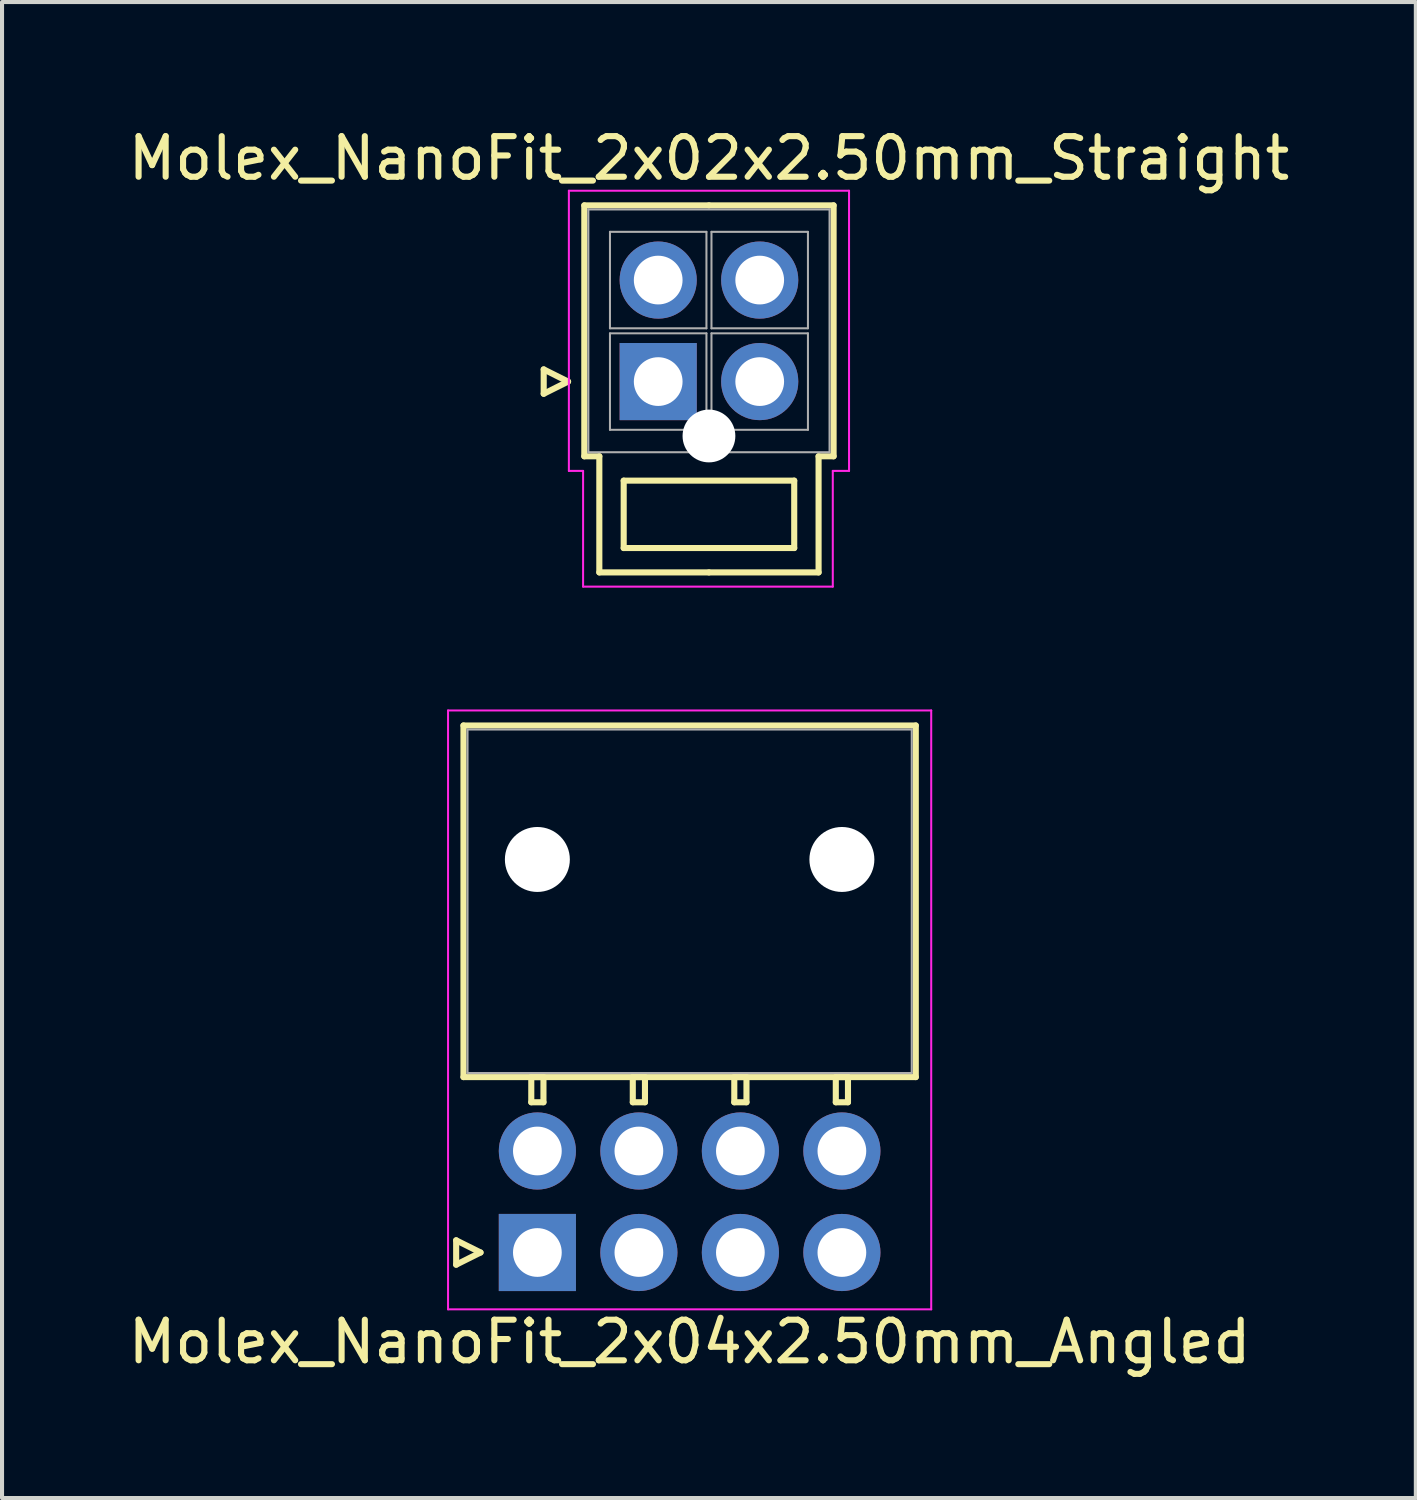
<source format=kicad_pcb>
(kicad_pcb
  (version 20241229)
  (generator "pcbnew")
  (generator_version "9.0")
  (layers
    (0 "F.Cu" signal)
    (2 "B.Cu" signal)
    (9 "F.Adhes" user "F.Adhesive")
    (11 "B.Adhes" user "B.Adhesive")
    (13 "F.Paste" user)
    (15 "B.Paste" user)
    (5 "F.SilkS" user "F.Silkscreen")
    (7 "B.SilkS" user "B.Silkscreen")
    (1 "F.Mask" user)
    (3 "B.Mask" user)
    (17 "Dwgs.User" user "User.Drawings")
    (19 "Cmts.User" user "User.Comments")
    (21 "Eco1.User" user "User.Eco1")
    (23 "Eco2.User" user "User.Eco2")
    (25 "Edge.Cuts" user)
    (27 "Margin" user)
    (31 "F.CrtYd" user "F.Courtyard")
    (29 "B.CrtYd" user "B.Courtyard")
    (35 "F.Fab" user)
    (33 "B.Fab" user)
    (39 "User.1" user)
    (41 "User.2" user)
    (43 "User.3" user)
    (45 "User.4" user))
  (footprint "Molex_NanoFit_2x02x2.50mm_Straight"
    (layer "F.Cu")
    (at 13.161 6.348)
    (property "Reference" "Molex_NanoFit_2x02x2.50mm_Straight" (at 1.25 -5.5 0) (layer "F.SilkS") (effects (font (size 1 1) (thickness 0.15))))
    (attr through_hole)
    (fp_line (start -2.82 -0.3) (end -2.22 0) (stroke (width 0.15) (type solid)) (layer "F.SilkS"))
    (fp_line (start -2.82 0.3) (end -2.82 -0.3) (stroke (width 0.15) (type solid)) (layer "F.SilkS"))
    (fp_line (start -2.22 0) (end -2.82 0.3) (stroke (width 0.15) (type solid)) (layer "F.SilkS"))
    (fp_line (start -1.82 -4.34) (end -1.82 1.84) (stroke (width 0.15) (type solid)) (layer "F.SilkS"))
    (fp_line (start -1.82 1.84) (end -1.45 1.84) (stroke (width 0.15) (type solid)) (layer "F.SilkS"))
    (fp_line (start -1.45 1.84) (end -1.45 4.7) (stroke (width 0.15) (type solid)) (layer "F.SilkS"))
    (fp_line (start -1.45 4.7) (end 1.25 4.7) (stroke (width 0.15) (type solid)) (layer "F.SilkS"))
    (fp_line (start -0.85 2.44) (end -0.85 4.1) (stroke (width 0.15) (type solid)) (layer "F.SilkS"))
    (fp_line (start -0.85 4.1) (end 3.35 4.1) (stroke (width 0.15) (type solid)) (layer "F.SilkS"))
    (fp_line (start 1.25 -4.34) (end -1.82 -4.34) (stroke (width 0.15) (type solid)) (layer "F.SilkS"))
    (fp_line (start 1.25 -4.34) (end 4.32 -4.34) (stroke (width 0.15) (type solid)) (layer "F.SilkS"))
    (fp_line (start 3.35 2.44) (end -0.85 2.44) (stroke (width 0.15) (type solid)) (layer "F.SilkS"))
    (fp_line (start 3.35 4.1) (end 3.35 2.44) (stroke (width 0.15) (type solid)) (layer "F.SilkS"))
    (fp_line (start 3.95 1.84) (end 3.95 4.7) (stroke (width 0.15) (type solid)) (layer "F.SilkS"))
    (fp_line (start 3.95 4.7) (end 1.25 4.7) (stroke (width 0.15) (type solid)) (layer "F.SilkS"))
    (fp_line (start 4.32 -4.34) (end 4.32 1.84) (stroke (width 0.15) (type solid)) (layer "F.SilkS"))
    (fp_line (start 4.32 1.84) (end 3.95 1.84) (stroke (width 0.15) (type solid)) (layer "F.SilkS"))
    (fp_line (start -2.2 -4.7) (end -2.2 2.2) (stroke (width 0.05) (type solid)) (layer "F.CrtYd"))
    (fp_line (start -2.2 2.2) (end -1.85 2.2) (stroke (width 0.05) (type solid)) (layer "F.CrtYd"))
    (fp_line (start -1.85 2.2) (end -1.85 5.05) (stroke (width 0.05) (type solid)) (layer "F.CrtYd"))
    (fp_line (start -1.85 5.05) (end 4.3 5.05) (stroke (width 0.05) (type solid)) (layer "F.CrtYd"))
    (fp_line (start 4.3 2.2) (end 4.7 2.2) (stroke (width 0.05) (type solid)) (layer "F.CrtYd"))
    (fp_line (start 4.3 5.05) (end 4.3 2.2) (stroke (width 0.05) (type solid)) (layer "F.CrtYd"))
    (fp_line (start 4.7 -4.7) (end -2.2 -4.7) (stroke (width 0.05) (type solid)) (layer "F.CrtYd"))
    (fp_line (start 4.7 2.2) (end 4.7 -4.7) (stroke (width 0.05) (type solid)) (layer "F.CrtYd"))
    (fp_line (start -1.72 -4.24) (end -1.72 1.74) (stroke (width 0.05) (type solid)) (layer "F.Fab"))
    (fp_line (start -1.72 1.74) (end 4.22 1.74) (stroke (width 0.05) (type solid)) (layer "F.Fab"))
    (fp_line (start -1.188 -3.688) (end -1.188 -1.312) (stroke (width 0.05) (type solid)) (layer "F.Fab"))
    (fp_line (start -1.188 -1.312) (end 1.188 -1.312) (stroke (width 0.05) (type solid)) (layer "F.Fab"))
    (fp_line (start -1.188 -1.188) (end -1.188 1.188) (stroke (width 0.05) (type solid)) (layer "F.Fab"))
    (fp_line (start -1.188 1.188) (end 1.188 1.188) (stroke (width 0.05) (type solid)) (layer "F.Fab"))
    (fp_line (start 1.188 -3.688) (end -1.188 -3.688) (stroke (width 0.05) (type solid)) (layer "F.Fab"))
    (fp_line (start 1.188 -1.312) (end 1.188 -3.688) (stroke (width 0.05) (type solid)) (layer "F.Fab"))
    (fp_line (start 1.188 -1.188) (end -1.188 -1.188) (stroke (width 0.05) (type solid)) (layer "F.Fab"))
    (fp_line (start 1.188 1.188) (end 1.188 -1.188) (stroke (width 0.05) (type solid)) (layer "F.Fab"))
    (fp_line (start 1.312 -3.688) (end 1.312 -1.312) (stroke (width 0.05) (type solid)) (layer "F.Fab"))
    (fp_line (start 1.312 -1.312) (end 3.688 -1.312) (stroke (width 0.05) (type solid)) (layer "F.Fab"))
    (fp_line (start 1.312 -1.188) (end 1.312 1.188) (stroke (width 0.05) (type solid)) (layer "F.Fab"))
    (fp_line (start 1.312 1.188) (end 3.688 1.188) (stroke (width 0.05) (type solid)) (layer "F.Fab"))
    (fp_line (start 3.688 -3.688) (end 1.312 -3.688) (stroke (width 0.05) (type solid)) (layer "F.Fab"))
    (fp_line (start 3.688 -1.312) (end 3.688 -3.688) (stroke (width 0.05) (type solid)) (layer "F.Fab"))
    (fp_line (start 3.688 -1.188) (end 1.312 -1.188) (stroke (width 0.05) (type solid)) (layer "F.Fab"))
    (fp_line (start 3.688 1.188) (end 3.688 -1.188) (stroke (width 0.05) (type solid)) (layer "F.Fab"))
    (fp_line (start 4.22 -4.24) (end -1.72 -4.24) (stroke (width 0.05) (type solid)) (layer "F.Fab"))
    (fp_line (start 4.22 1.74) (end 4.22 -4.24) (stroke (width 0.05) (type solid)) (layer "F.Fab"))
    (pad "" np_thru_hole circle (at 1.25 1.34) (size 1.3 1.3) (drill 1.3) (layers "*.Cu"))
    (pad "1" thru_hole rect (at 0 0) (size 1.9 1.9) (drill 1.2) (layers "*.Cu" "*.Mask"))
    (pad "2" thru_hole circle (at 2.5 0) (size 1.9 1.9) (drill 1.2) (layers "*.Cu" "*.Mask"))
    (pad "3" thru_hole circle (at 0 -2.5) (size 1.9 1.9) (drill 1.2) (layers "*.Cu" "*.Mask"))
    (pad "4" thru_hole circle (at 2.5 -2.5) (size 1.9 1.9) (drill 1.2) (layers "*.Cu" "*.Mask")))
  (footprint "Molex_NanoFit_2x04x2.50mm_Angled"
    (layer "F.Cu")
    (at 10.185 27.798)
    (property "Reference" "Molex_NanoFit_2x04x2.50mm_Angled" (at 3.75 2.2 0) (layer "F.SilkS") (effects (font (size 1 1) (thickness 0.15))))
    (attr through_hole)
    (fp_line (start -2 -0.3) (end -1.4 0) (stroke (width 0.15) (type solid)) (layer "F.SilkS"))
    (fp_line (start -2 0.3) (end -2 -0.3) (stroke (width 0.15) (type solid)) (layer "F.SilkS"))
    (fp_line (start -1.82 -12.98) (end -1.82 -4.32) (stroke (width 0.15) (type solid)) (layer "F.SilkS"))
    (fp_line (start -1.82 -4.32) (end 9.32 -4.32) (stroke (width 0.15) (type solid)) (layer "F.SilkS"))
    (fp_line (start -1.4 0) (end -2 0.3) (stroke (width 0.15) (type solid)) (layer "F.SilkS"))
    (fp_line (start -0.15 -4.32) (end -0.15 -3.7) (stroke (width 0.15) (type solid)) (layer "F.SilkS"))
    (fp_line (start -0.15 -3.7) (end 0.15 -3.7) (stroke (width 0.15) (type solid)) (layer "F.SilkS"))
    (fp_line (start 0.15 -4.32) (end -0.15 -4.32) (stroke (width 0.15) (type solid)) (layer "F.SilkS"))
    (fp_line (start 0.15 -3.7) (end 0.15 -4.32) (stroke (width 0.15) (type solid)) (layer "F.SilkS"))
    (fp_line (start 2.35 -4.32) (end 2.35 -3.7) (stroke (width 0.15) (type solid)) (layer "F.SilkS"))
    (fp_line (start 2.35 -3.7) (end 2.65 -3.7) (stroke (width 0.15) (type solid)) (layer "F.SilkS"))
    (fp_line (start 2.65 -4.32) (end 2.35 -4.32) (stroke (width 0.15) (type solid)) (layer "F.SilkS"))
    (fp_line (start 2.65 -3.7) (end 2.65 -4.32) (stroke (width 0.15) (type solid)) (layer "F.SilkS"))
    (fp_line (start 4.85 -4.32) (end 4.85 -3.7) (stroke (width 0.15) (type solid)) (layer "F.SilkS"))
    (fp_line (start 4.85 -3.7) (end 5.15 -3.7) (stroke (width 0.15) (type solid)) (layer "F.SilkS"))
    (fp_line (start 5.15 -4.32) (end 4.85 -4.32) (stroke (width 0.15) (type solid)) (layer "F.SilkS"))
    (fp_line (start 5.15 -3.7) (end 5.15 -4.32) (stroke (width 0.15) (type solid)) (layer "F.SilkS"))
    (fp_line (start 7.35 -4.32) (end 7.35 -3.7) (stroke (width 0.15) (type solid)) (layer "F.SilkS"))
    (fp_line (start 7.35 -3.7) (end 7.65 -3.7) (stroke (width 0.15) (type solid)) (layer "F.SilkS"))
    (fp_line (start 7.65 -4.32) (end 7.35 -4.32) (stroke (width 0.15) (type solid)) (layer "F.SilkS"))
    (fp_line (start 7.65 -3.7) (end 7.65 -4.32) (stroke (width 0.15) (type solid)) (layer "F.SilkS"))
    (fp_line (start 9.32 -12.98) (end -1.82 -12.98) (stroke (width 0.15) (type solid)) (layer "F.SilkS"))
    (fp_line (start 9.32 -4.32) (end 9.32 -12.98) (stroke (width 0.15) (type solid)) (layer "F.SilkS"))
    (fp_line (start -2.2 -13.35) (end -2.2 1.4) (stroke (width 0.05) (type solid)) (layer "F.CrtYd"))
    (fp_line (start -2.2 1.4) (end 9.7 1.4) (stroke (width 0.05) (type solid)) (layer "F.CrtYd"))
    (fp_line (start 9.7 -13.35) (end -2.2 -13.35) (stroke (width 0.05) (type solid)) (layer "F.CrtYd"))
    (fp_line (start 9.7 1.4) (end 9.7 -13.35) (stroke (width 0.05) (type solid)) (layer "F.CrtYd"))
    (fp_line (start -1.72 -12.88) (end -1.72 -4.42) (stroke (width 0.05) (type solid)) (layer "F.Fab"))
    (fp_line (start -1.72 -4.42) (end 9.22 -4.42) (stroke (width 0.05) (type solid)) (layer "F.Fab"))
    (fp_line (start 9.22 -12.88) (end -1.72 -12.88) (stroke (width 0.05) (type solid)) (layer "F.Fab"))
    (fp_line (start 9.22 -4.42) (end 9.22 -12.88) (stroke (width 0.05) (type solid)) (layer "F.Fab"))
    (pad "" np_thru_hole circle (at 0 -9.68) (size 1.6 1.6) (drill 1.6) (layers "*.Cu"))
    (pad "" np_thru_hole circle (at 7.5 -9.68) (size 1.6 1.6) (drill 1.6) (layers "*.Cu"))
    (pad "1" thru_hole rect (at 0 0) (size 1.9 1.9) (drill 1.2) (layers "*.Cu" "*.Mask"))
    (pad "2" thru_hole circle (at 2.5 0) (size 1.9 1.9) (drill 1.2) (layers "*.Cu" "*.Mask"))
    (pad "3" thru_hole circle (at 5 0) (size 1.9 1.9) (drill 1.2) (layers "*.Cu" "*.Mask"))
    (pad "4" thru_hole circle (at 7.5 0) (size 1.9 1.9) (drill 1.2) (layers "*.Cu" "*.Mask"))
    (pad "5" thru_hole circle (at 0 -2.5) (size 1.9 1.9) (drill 1.2) (layers "*.Cu" "*.Mask"))
    (pad "6" thru_hole circle (at 2.5 -2.5) (size 1.9 1.9) (drill 1.2) (layers "*.Cu" "*.Mask"))
    (pad "7" thru_hole circle (at 5 -2.5) (size 1.9 1.9) (drill 1.2) (layers "*.Cu" "*.Mask"))
    (pad "8" thru_hole circle (at 7.5 -2.5) (size 1.9 1.9) (drill 1.2) (layers "*.Cu" "*.Mask")))
  (gr_rect
    (start -3 -3)
    (end 31.821 33.846)
    (stroke (width 0.1) (type default))
    (fill no)
    (layer "Edge.Cuts")))
</source>
